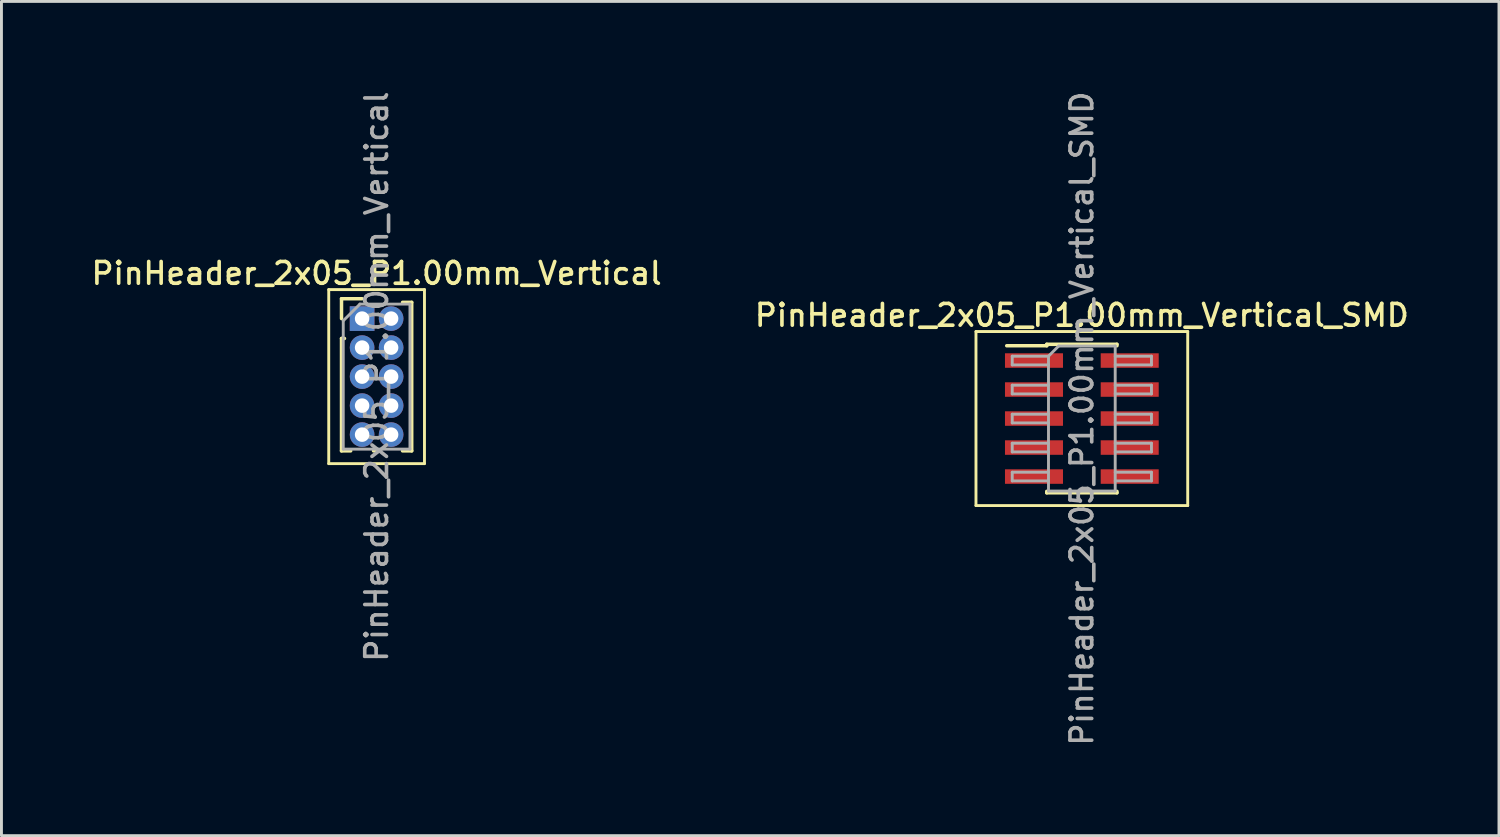
<source format=kicad_pcb>
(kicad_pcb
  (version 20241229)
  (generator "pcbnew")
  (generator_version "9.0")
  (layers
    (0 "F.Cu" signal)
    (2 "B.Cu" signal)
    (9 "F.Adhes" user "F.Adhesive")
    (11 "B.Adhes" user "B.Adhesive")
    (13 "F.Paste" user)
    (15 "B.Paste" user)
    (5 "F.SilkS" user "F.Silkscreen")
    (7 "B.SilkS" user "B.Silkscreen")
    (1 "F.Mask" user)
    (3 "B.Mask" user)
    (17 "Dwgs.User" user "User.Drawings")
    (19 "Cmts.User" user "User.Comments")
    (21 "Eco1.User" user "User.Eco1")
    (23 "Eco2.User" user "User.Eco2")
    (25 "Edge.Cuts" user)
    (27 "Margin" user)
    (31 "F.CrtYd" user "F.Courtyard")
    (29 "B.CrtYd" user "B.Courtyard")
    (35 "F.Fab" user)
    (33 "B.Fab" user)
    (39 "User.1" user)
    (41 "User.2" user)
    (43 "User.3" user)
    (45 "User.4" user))
  (footprint "PinHeader_2x05_P1.00mm_Vertical"
    (layer "F.Cu")
    (at 9.434 7.934)
    (property "Reference" "PinHeader_2x05_P1.00mm_Vertical" (at 0.5 -1.56 0) (layer "F.SilkS") (effects (font (size 0.75 0.75) (thickness 0.125))))
    (attr through_hole)
    (fp_line (start -1.15 -1) (end -1.15 5) (stroke (width 0.1) (type solid)) (layer "F.SilkS"))
    (fp_line (start -1.15 5) (end 2.15 5) (stroke (width 0.1) (type solid)) (layer "F.SilkS"))
    (fp_line (start -0.71 -0.685) (end 0 -0.685) (stroke (width 0.12) (type solid)) (layer "F.SilkS"))
    (fp_line (start -0.71 0) (end -0.71 -0.685) (stroke (width 0.12) (type solid)) (layer "F.SilkS"))
    (fp_line (start -0.71 0.685) (end -0.71 4.56) (stroke (width 0.12) (type solid)) (layer "F.SilkS"))
    (fp_line (start -0.71 0.685) (end -0.608 0.685) (stroke (width 0.12) (type solid)) (layer "F.SilkS"))
    (fp_line (start -0.71 4.56) (end -0.394 4.56) (stroke (width 0.12) (type solid)) (layer "F.SilkS"))
    (fp_line (start 0.394 4.56) (end 0.606 4.56) (stroke (width 0.12) (type solid)) (layer "F.SilkS"))
    (fp_line (start 1.394 -0.56) (end 1.71 -0.56) (stroke (width 0.12) (type solid)) (layer "F.SilkS"))
    (fp_line (start 1.394 4.56) (end 1.71 4.56) (stroke (width 0.12) (type solid)) (layer "F.SilkS"))
    (fp_line (start 1.71 -0.56) (end 1.71 4.56) (stroke (width 0.12) (type solid)) (layer "F.SilkS"))
    (fp_line (start 2.15 -1) (end -1.15 -1) (stroke (width 0.1) (type solid)) (layer "F.SilkS"))
    (fp_line (start 2.15 5) (end 2.15 -1) (stroke (width 0.1) (type solid)) (layer "F.SilkS"))
    (fp_line (start -0.65 0.075) (end -0.075 -0.5) (stroke (width 0.1) (type solid)) (layer "F.Fab"))
    (fp_line (start -0.65 4.5) (end -0.65 0.075) (stroke (width 0.1) (type solid)) (layer "F.Fab"))
    (fp_line (start -0.075 -0.5) (end 1.65 -0.5) (stroke (width 0.1) (type solid)) (layer "F.Fab"))
    (fp_line (start 1.65 -0.5) (end 1.65 4.5) (stroke (width 0.1) (type solid)) (layer "F.Fab"))
    (fp_line (start 1.65 4.5) (end -0.65 4.5) (stroke (width 0.1) (type solid)) (layer "F.Fab"))
    (fp_text user "${REFERENCE}" (at 0.5 2 90) (layer "F.Fab") (effects (font (size 0.75 0.75) (thickness 0.125))))
    (pad "1" thru_hole rect (at 0 0) (size 0.85 0.85) (drill 0.5) (layers "*.Cu" "*.Mask"))
    (pad "2" thru_hole oval (at 1 0) (size 0.85 0.85) (drill 0.5) (layers "*.Cu" "*.Mask"))
    (pad "3" thru_hole oval (at 0 1) (size 0.85 0.85) (drill 0.5) (layers "*.Cu" "*.Mask"))
    (pad "4" thru_hole oval (at 1 1) (size 0.85 0.85) (drill 0.5) (layers "*.Cu" "*.Mask"))
    (pad "5" thru_hole oval (at 0 2) (size 0.85 0.85) (drill 0.5) (layers "*.Cu" "*.Mask"))
    (pad "6" thru_hole oval (at 1 2) (size 0.85 0.85) (drill 0.5) (layers "*.Cu" "*.Mask"))
    (pad "7" thru_hole oval (at 0 3) (size 0.85 0.85) (drill 0.5) (layers "*.Cu" "*.Mask"))
    (pad "8" thru_hole oval (at 1 3) (size 0.85 0.85) (drill 0.5) (layers "*.Cu" "*.Mask"))
    (pad "9" thru_hole oval (at 0 4) (size 0.85 0.85) (drill 0.5) (layers "*.Cu" "*.Mask"))
    (pad "10" thru_hole oval (at 1 4) (size 0.85 0.85) (drill 0.5) (layers "*.Cu" "*.Mask")))
  (footprint "PinHeader_2x05_P1.00mm_Vertical_SMD"
    (layer "F.Cu")
    (at 34.248 11.38)
    (property "Reference" "PinHeader_2x05_P1.00mm_Vertical_SMD" (at 0 -3.56 0) (layer "F.SilkS") (effects (font (size 0.75 0.75) (thickness 0.125))))
    (attr smd)
    (fp_line (start -3.65 -3) (end -3.65 3) (stroke (width 0.1) (type solid)) (layer "F.SilkS"))
    (fp_line (start -3.65 3) (end 3.65 3) (stroke (width 0.1) (type solid)) (layer "F.SilkS"))
    (fp_line (start -2.59 -2.51) (end -1.21 -2.51) (stroke (width 0.12) (type solid)) (layer "F.SilkS"))
    (fp_line (start -1.21 -2.56) (end -1.21 -2.51) (stroke (width 0.12) (type solid)) (layer "F.SilkS"))
    (fp_line (start -1.21 -2.56) (end 1.21 -2.56) (stroke (width 0.12) (type solid)) (layer "F.SilkS"))
    (fp_line (start -1.21 2.51) (end -1.21 2.56) (stroke (width 0.12) (type solid)) (layer "F.SilkS"))
    (fp_line (start -1.21 2.56) (end 1.21 2.56) (stroke (width 0.12) (type solid)) (layer "F.SilkS"))
    (fp_line (start 1.21 -2.56) (end 1.21 -2.51) (stroke (width 0.12) (type solid)) (layer "F.SilkS"))
    (fp_line (start 1.21 2.51) (end 1.21 2.56) (stroke (width 0.12) (type solid)) (layer "F.SilkS"))
    (fp_line (start 3.65 -3) (end -3.65 -3) (stroke (width 0.1) (type solid)) (layer "F.SilkS"))
    (fp_line (start 3.65 3) (end 3.65 -3) (stroke (width 0.1) (type solid)) (layer "F.SilkS"))
    (fp_line (start -2.4 -2.15) (end -2.4 -1.85) (stroke (width 0.1) (type solid)) (layer "F.Fab"))
    (fp_line (start -2.4 -1.85) (end -1.15 -1.85) (stroke (width 0.1) (type solid)) (layer "F.Fab"))
    (fp_line (start -2.4 -1.15) (end -2.4 -0.85) (stroke (width 0.1) (type solid)) (layer "F.Fab"))
    (fp_line (start -2.4 -0.85) (end -1.15 -0.85) (stroke (width 0.1) (type solid)) (layer "F.Fab"))
    (fp_line (start -2.4 -0.15) (end -2.4 0.15) (stroke (width 0.1) (type solid)) (layer "F.Fab"))
    (fp_line (start -2.4 0.15) (end -1.15 0.15) (stroke (width 0.1) (type solid)) (layer "F.Fab"))
    (fp_line (start -2.4 0.85) (end -2.4 1.15) (stroke (width 0.1) (type solid)) (layer "F.Fab"))
    (fp_line (start -2.4 1.15) (end -1.15 1.15) (stroke (width 0.1) (type solid)) (layer "F.Fab"))
    (fp_line (start -2.4 1.85) (end -2.4 2.15) (stroke (width 0.1) (type solid)) (layer "F.Fab"))
    (fp_line (start -2.4 2.15) (end -1.15 2.15) (stroke (width 0.1) (type solid)) (layer "F.Fab"))
    (fp_line (start -1.15 -2.15) (end -2.4 -2.15) (stroke (width 0.1) (type solid)) (layer "F.Fab"))
    (fp_line (start -1.15 -2.15) (end -0.8 -2.5) (stroke (width 0.1) (type solid)) (layer "F.Fab"))
    (fp_line (start -1.15 -1.15) (end -2.4 -1.15) (stroke (width 0.1) (type solid)) (layer "F.Fab"))
    (fp_line (start -1.15 -0.15) (end -2.4 -0.15) (stroke (width 0.1) (type solid)) (layer "F.Fab"))
    (fp_line (start -1.15 0.85) (end -2.4 0.85) (stroke (width 0.1) (type solid)) (layer "F.Fab"))
    (fp_line (start -1.15 1.85) (end -2.4 1.85) (stroke (width 0.1) (type solid)) (layer "F.Fab"))
    (fp_line (start -1.15 2.5) (end -1.15 -2.15) (stroke (width 0.1) (type solid)) (layer "F.Fab"))
    (fp_line (start -0.8 -2.5) (end 1.15 -2.5) (stroke (width 0.1) (type solid)) (layer "F.Fab"))
    (fp_line (start 1.15 -2.5) (end 1.15 2.5) (stroke (width 0.1) (type solid)) (layer "F.Fab"))
    (fp_line (start 1.15 -2.15) (end 2.4 -2.15) (stroke (width 0.1) (type solid)) (layer "F.Fab"))
    (fp_line (start 1.15 -1.15) (end 2.4 -1.15) (stroke (width 0.1) (type solid)) (layer "F.Fab"))
    (fp_line (start 1.15 -0.15) (end 2.4 -0.15) (stroke (width 0.1) (type solid)) (layer "F.Fab"))
    (fp_line (start 1.15 0.85) (end 2.4 0.85) (stroke (width 0.1) (type solid)) (layer "F.Fab"))
    (fp_line (start 1.15 1.85) (end 2.4 1.85) (stroke (width 0.1) (type solid)) (layer "F.Fab"))
    (fp_line (start 1.15 2.5) (end -1.15 2.5) (stroke (width 0.1) (type solid)) (layer "F.Fab"))
    (fp_line (start 2.4 -2.15) (end 2.4 -1.85) (stroke (width 0.1) (type solid)) (layer "F.Fab"))
    (fp_line (start 2.4 -1.85) (end 1.15 -1.85) (stroke (width 0.1) (type solid)) (layer "F.Fab"))
    (fp_line (start 2.4 -1.15) (end 2.4 -0.85) (stroke (width 0.1) (type solid)) (layer "F.Fab"))
    (fp_line (start 2.4 -0.85) (end 1.15 -0.85) (stroke (width 0.1) (type solid)) (layer "F.Fab"))
    (fp_line (start 2.4 -0.15) (end 2.4 0.15) (stroke (width 0.1) (type solid)) (layer "F.Fab"))
    (fp_line (start 2.4 0.15) (end 1.15 0.15) (stroke (width 0.1) (type solid)) (layer "F.Fab"))
    (fp_line (start 2.4 0.85) (end 2.4 1.15) (stroke (width 0.1) (type solid)) (layer "F.Fab"))
    (fp_line (start 2.4 1.15) (end 1.15 1.15) (stroke (width 0.1) (type solid)) (layer "F.Fab"))
    (fp_line (start 2.4 1.85) (end 2.4 2.15) (stroke (width 0.1) (type solid)) (layer "F.Fab"))
    (fp_line (start 2.4 2.15) (end 1.15 2.15) (stroke (width 0.1) (type solid)) (layer "F.Fab"))
    (fp_text user "${REFERENCE}" (at 0 0 90) (layer "F.Fab") (effects (font (size 0.75 0.75) (thickness 0.125))))
    (pad "1" smd rect (at -1.65 -2) (size 2 0.5) (layers "F.Cu" "F.Mask" "F.Paste"))
    (pad "2" smd rect (at 1.65 -2) (size 2 0.5) (layers "F.Cu" "F.Mask" "F.Paste"))
    (pad "3" smd rect (at -1.65 -1) (size 2 0.5) (layers "F.Cu" "F.Mask" "F.Paste"))
    (pad "4" smd rect (at 1.65 -1) (size 2 0.5) (layers "F.Cu" "F.Mask" "F.Paste"))
    (pad "5" smd rect (at -1.65 0) (size 2 0.5) (layers "F.Cu" "F.Mask" "F.Paste"))
    (pad "6" smd rect (at 1.65 0) (size 2 0.5) (layers "F.Cu" "F.Mask" "F.Paste"))
    (pad "7" smd rect (at -1.65 1) (size 2 0.5) (layers "F.Cu" "F.Mask" "F.Paste"))
    (pad "8" smd rect (at 1.65 1) (size 2 0.5) (layers "F.Cu" "F.Mask" "F.Paste"))
    (pad "9" smd rect (at -1.65 2) (size 2 0.5) (layers "F.Cu" "F.Mask" "F.Paste"))
    (pad "10" smd rect (at 1.65 2) (size 2 0.5) (layers "F.Cu" "F.Mask" "F.Paste")))
  (gr_rect
    (start -3 -3)
    (end 48.629 25.761)
    (stroke (width 0.1) (type default))
    (fill no)
    (layer "Edge.Cuts")))
</source>
